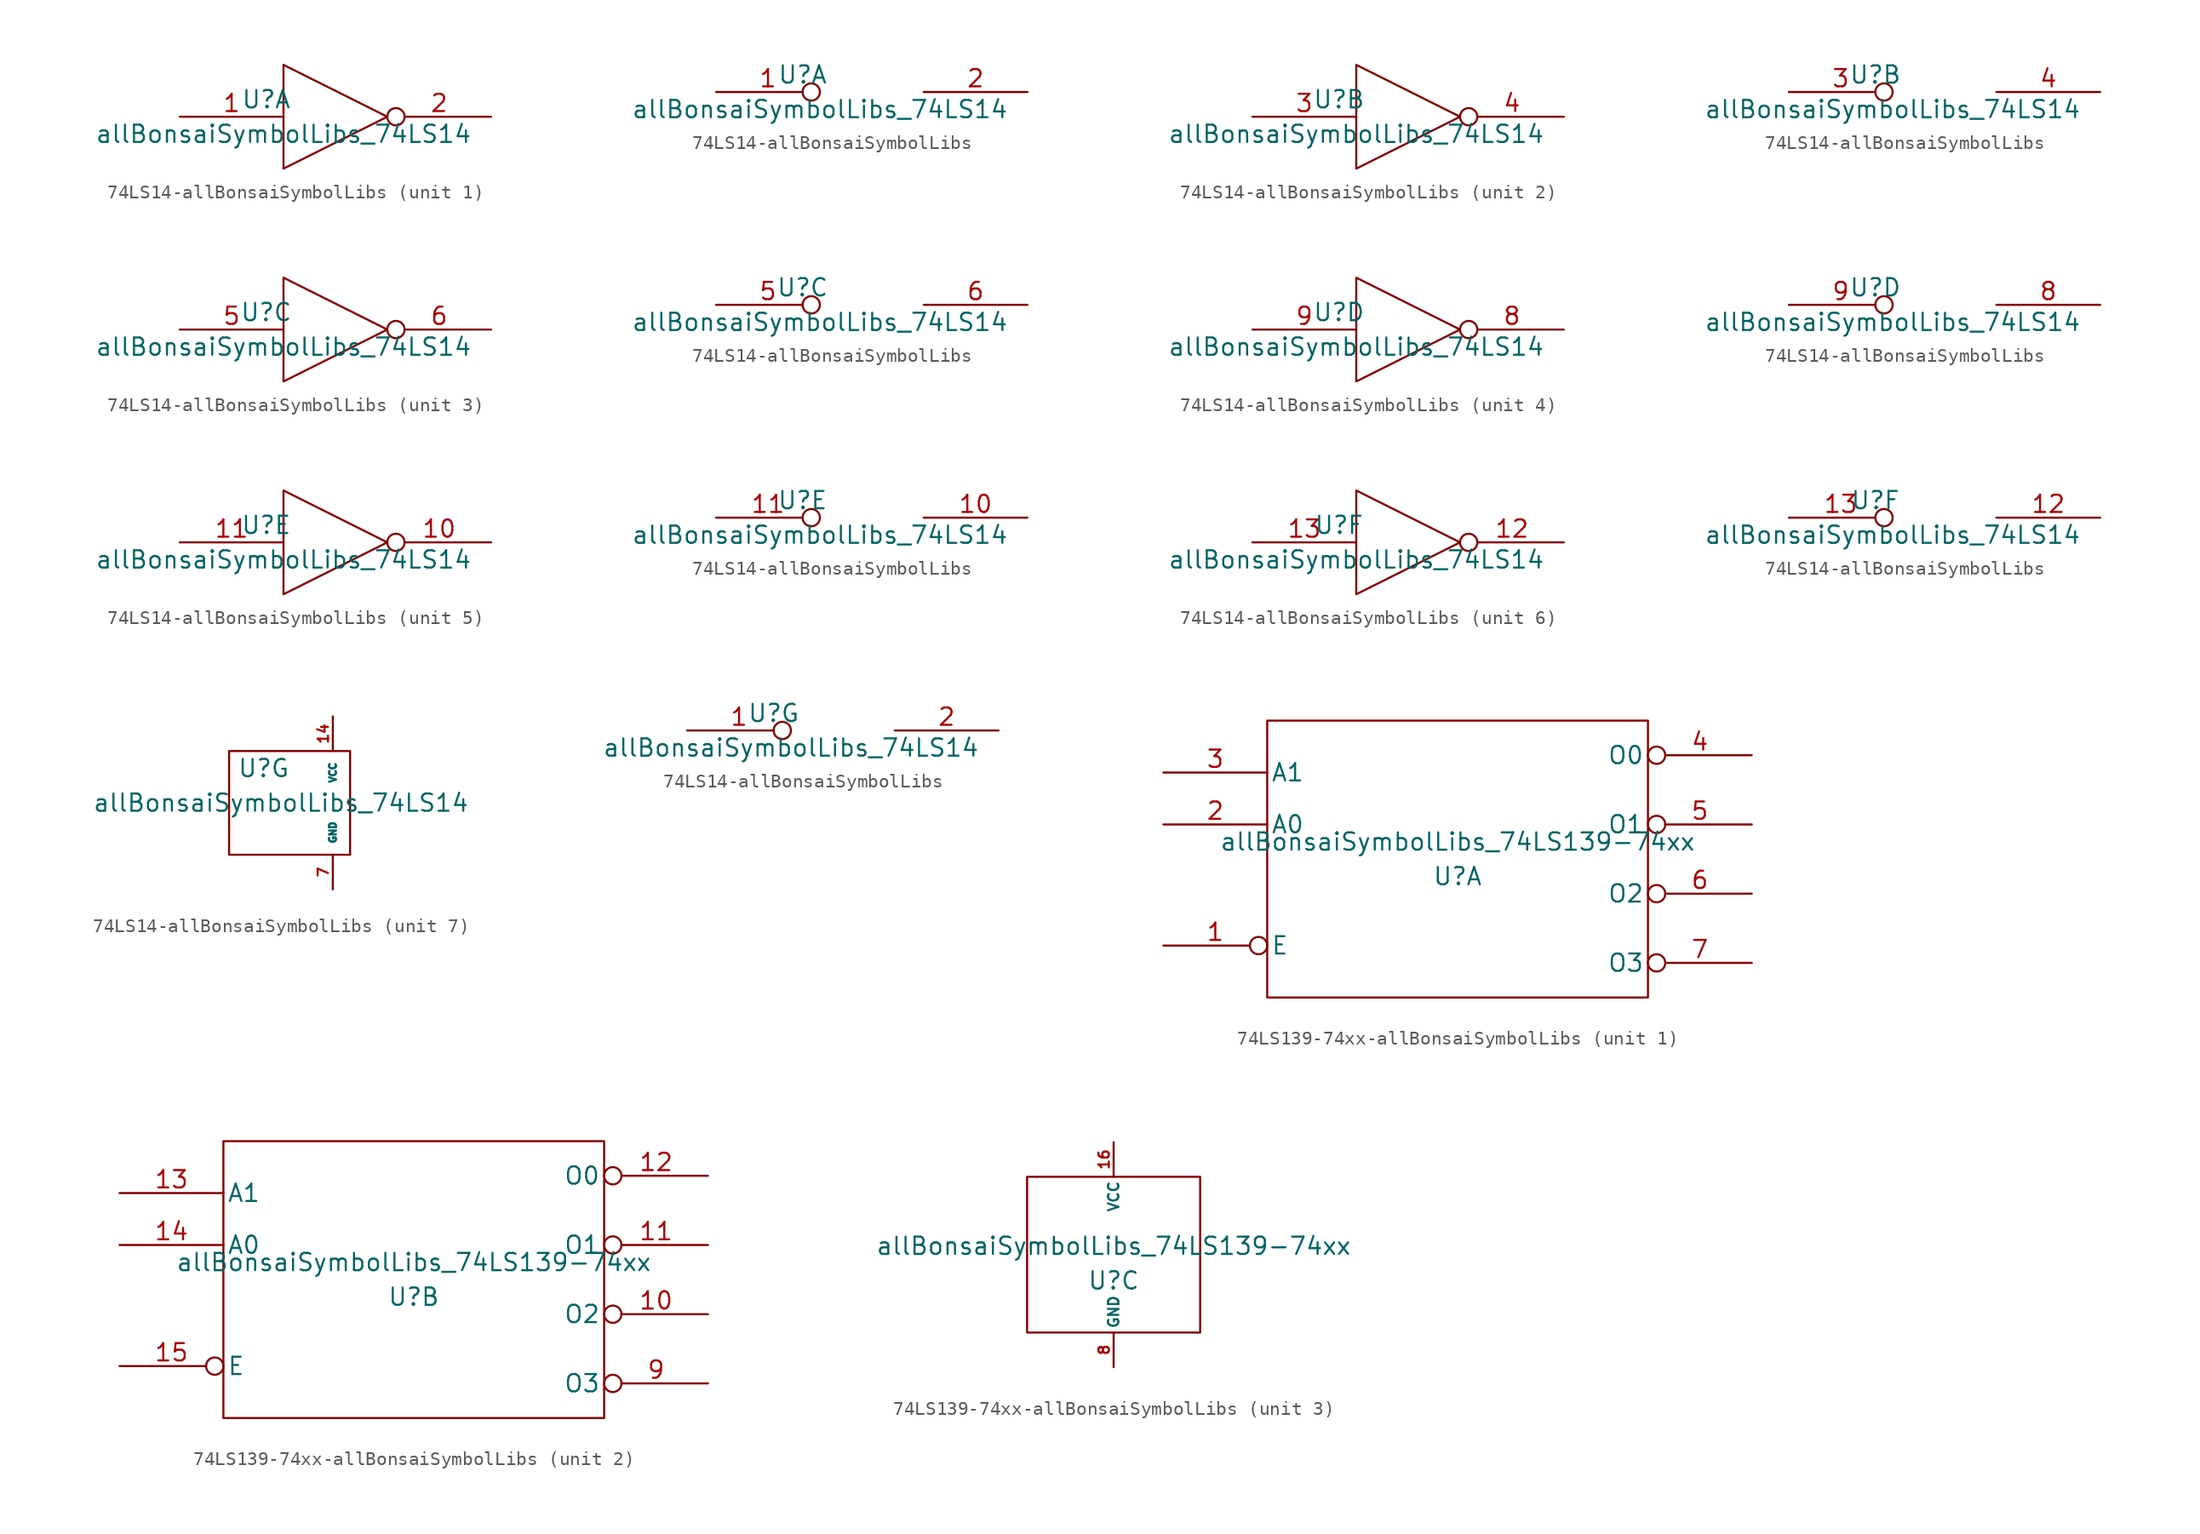
<source format=kicad_sym>
(kicad_symbol_lib
  (version 20220914)
  (generator kicad_symbol_editor)
  (symbol "74LS14-allBonsaiSymbolLibs"
    (pin_names
      (offset 0.762))
    (property "Reference" "U"
      (at -5.08 1.27 0)
      (effects (font (size 1.27 1.27))))
    (property "Value" "allBonsaiSymbolLibs_74LS14"
      (at -3.81 -1.27 0)
      (effects (font (size 1.27 1.27))))
    (property "Footprint" ""
      (at 0 0 0)
      (effects (font (size 1.27 1.27))))
    (property "Datasheet" ""
      (at 0 0 0)
      (effects (font (size 1.27 1.27))))
    (property "ki_locked" ""
      (at 0 0 0)
      (effects (font (size 1.27 1.27))))
    (symbol "74LS14-allBonsaiSymbolLibs_1_1"
      (polyline (pts (xy -3.81 3.81) (xy -3.81 -3.81) (xy 3.81 0) (xy -3.81 3.81)) (stroke (width 0) (type solid)) (fill (type none)))
      (pin input line (at -11.43 0 0) (length 7.62) (name "~" (effects (font (size 1.27 1.27)))) (number "1" (effects (font (size 1.27 1.27)))))
      (pin output inverted (at 11.43 0 180) (length 7.62) (name "~" (effects (font (size 1.27 1.27)))) (number "2" (effects (font (size 1.27 1.27))))))
    (symbol "74LS14-allBonsaiSymbolLibs_1_2"
      (pin input inverted (at -11.43 0 0) (length 7.62) (name "~" (effects (font (size 1.27 1.27)))) (number "1" (effects (font (size 1.27 1.27)))))
      (pin output line (at 11.43 0 180) (length 7.62) (name "~" (effects (font (size 1.27 1.27)))) (number "2" (effects (font (size 1.27 1.27))))))
    (symbol "74LS14-allBonsaiSymbolLibs_2_1"
      (polyline (pts (xy -3.81 3.81) (xy -3.81 -3.81) (xy 3.81 0) (xy -3.81 3.81)) (stroke (width 0) (type solid)) (fill (type none)))
      (pin input line (at -11.43 0 0) (length 7.62) (name "~" (effects (font (size 1.27 1.27)))) (number "3" (effects (font (size 1.27 1.27)))))
      (pin output inverted (at 11.43 0 180) (length 7.62) (name "~" (effects (font (size 1.27 1.27)))) (number "4" (effects (font (size 1.27 1.27))))))
    (symbol "74LS14-allBonsaiSymbolLibs_2_2"
      (pin input inverted (at -11.43 0 0) (length 7.62) (name "~" (effects (font (size 1.27 1.27)))) (number "3" (effects (font (size 1.27 1.27)))))
      (pin output line (at 11.43 0 180) (length 7.62) (name "~" (effects (font (size 1.27 1.27)))) (number "4" (effects (font (size 1.27 1.27))))))
    (symbol "74LS14-allBonsaiSymbolLibs_3_1"
      (polyline (pts (xy -3.81 3.81) (xy -3.81 -3.81) (xy 3.81 0) (xy -3.81 3.81)) (stroke (width 0) (type solid)) (fill (type none)))
      (pin input line (at -11.43 0 0) (length 7.62) (name "~" (effects (font (size 1.27 1.27)))) (number "5" (effects (font (size 1.27 1.27)))))
      (pin output inverted (at 11.43 0 180) (length 7.62) (name "~" (effects (font (size 1.27 1.27)))) (number "6" (effects (font (size 1.27 1.27))))))
    (symbol "74LS14-allBonsaiSymbolLibs_3_2"
      (pin input inverted (at -11.43 0 0) (length 7.62) (name "~" (effects (font (size 1.27 1.27)))) (number "5" (effects (font (size 1.27 1.27)))))
      (pin output line (at 11.43 0 180) (length 7.62) (name "~" (effects (font (size 1.27 1.27)))) (number "6" (effects (font (size 1.27 1.27))))))
    (symbol "74LS14-allBonsaiSymbolLibs_4_1"
      (polyline (pts (xy -3.81 3.81) (xy -3.81 -3.81) (xy 3.81 0) (xy -3.81 3.81)) (stroke (width 0) (type solid)) (fill (type none)))
      (pin output inverted (at 11.43 0 180) (length 7.62) (name "~" (effects (font (size 1.27 1.27)))) (number "8" (effects (font (size 1.27 1.27)))))
      (pin input line (at -11.43 0 0) (length 7.62) (name "~" (effects (font (size 1.27 1.27)))) (number "9" (effects (font (size 1.27 1.27))))))
    (symbol "74LS14-allBonsaiSymbolLibs_4_2"
      (pin output line (at 11.43 0 180) (length 7.62) (name "~" (effects (font (size 1.27 1.27)))) (number "8" (effects (font (size 1.27 1.27)))))
      (pin input inverted (at -11.43 0 0) (length 7.62) (name "~" (effects (font (size 1.27 1.27)))) (number "9" (effects (font (size 1.27 1.27))))))
    (symbol "74LS14-allBonsaiSymbolLibs_5_1"
      (polyline (pts (xy -3.81 3.81) (xy -3.81 -3.81) (xy 3.81 0) (xy -3.81 3.81)) (stroke (width 0) (type solid)) (fill (type none)))
      (pin output inverted (at 11.43 0 180) (length 7.62) (name "~" (effects (font (size 1.27 1.27)))) (number "10" (effects (font (size 1.27 1.27)))))
      (pin input line (at -11.43 0 0) (length 7.62) (name "~" (effects (font (size 1.27 1.27)))) (number "11" (effects (font (size 1.27 1.27))))))
    (symbol "74LS14-allBonsaiSymbolLibs_5_2"
      (pin output line (at 11.43 0 180) (length 7.62) (name "~" (effects (font (size 1.27 1.27)))) (number "10" (effects (font (size 1.27 1.27)))))
      (pin input inverted (at -11.43 0 0) (length 7.62) (name "~" (effects (font (size 1.27 1.27)))) (number "11" (effects (font (size 1.27 1.27))))))
    (symbol "74LS14-allBonsaiSymbolLibs_6_1"
      (polyline (pts (xy -3.81 3.81) (xy -3.81 -3.81) (xy 3.81 0) (xy -3.81 3.81)) (stroke (width 0) (type solid)) (fill (type none)))
      (pin output inverted (at 11.43 0 180) (length 7.62) (name "~" (effects (font (size 1.27 1.27)))) (number "12" (effects (font (size 1.27 1.27)))))
      (pin input line (at -11.43 0 0) (length 7.62) (name "~" (effects (font (size 1.27 1.27)))) (number "13" (effects (font (size 1.27 1.27))))))
    (symbol "74LS14-allBonsaiSymbolLibs_6_2"
      (pin output line (at 11.43 0 180) (length 7.62) (name "~" (effects (font (size 1.27 1.27)))) (number "12" (effects (font (size 1.27 1.27)))))
      (pin input inverted (at -11.43 0 0) (length 7.62) (name "~" (effects (font (size 1.27 1.27)))) (number "13" (effects (font (size 1.27 1.27))))))
    (symbol "74LS14-allBonsaiSymbolLibs_7_1"
      (rectangle (start -7.62 2.54) (end 1.27 -5.08) (stroke (width 0) (type solid)) (fill (type none)))
      (pin power_in line (at 0 5.08 270) (length 2.54) (name "VCC" (effects (font (size 0.508 0.508)))) (number "14" (effects (font (size 0.762 0.762)))))
      (pin power_in line (at 0 -7.62 90) (length 2.54) (name "GND" (effects (font (size 0.508 0.508)))) (number "7" (effects (font (size 0.762 0.762))))))
    (symbol "74LS14-allBonsaiSymbolLibs_7_2"
      (pin input inverted (at -11.43 0 0) (length 7.62) (name "~" (effects (font (size 1.27 1.27)))) (number "1" (effects (font (size 1.27 1.27)))))
      (pin output line (at 11.43 0 180) (length 7.62) (name "~" (effects (font (size 1.27 1.27)))) (number "2" (effects (font (size 1.27 1.27)))))))
  (symbol "74LS139-74xx-allBonsaiSymbolLibs"
    (pin_names
      (offset 0.254))
    (property "Reference" "U"
      (at 0 -1.27 0)
      (effects (font (size 1.27 1.27))))
    (property "Value" "allBonsaiSymbolLibs_74LS139-74xx"
      (at 0 1.27 0)
      (effects (font (size 1.27 1.27))))
    (property "Footprint" ""
      (at 0 -3.81 0)
      (effects (font (size 1.27 1.27))))
    (property "Datasheet" ""
      (at 0 -3.81 0)
      (effects (font (size 1.27 1.27))))
    (property "ki_locked" ""
      (at 0 0 0)
      (effects (font (size 1.27 1.27))))
    (symbol "74LS139-74xx-allBonsaiSymbolLibs_1_0"
      (rectangle (start -13.97 10.16) (end 13.97 -10.16) (stroke (width 0) (type solid)) (fill (type none))))
    (symbol "74LS139-74xx-allBonsaiSymbolLibs_1_1"
      (pin input inverted (at -21.59 -6.35 0) (length 7.62) (name "E" (effects (font (size 1.27 1.27)))) (number "1" (effects (font (size 1.27 1.27)))))
      (pin input line (at -21.59 2.54 0) (length 7.62) (name "A0" (effects (font (size 1.27 1.27)))) (number "2" (effects (font (size 1.27 1.27)))))
      (pin input line (at -21.59 6.35 0) (length 7.62) (name "A1" (effects (font (size 1.27 1.27)))) (number "3" (effects (font (size 1.27 1.27)))))
      (pin output inverted (at 21.59 7.62 180) (length 7.62) (name "O0" (effects (font (size 1.27 1.27)))) (number "4" (effects (font (size 1.27 1.27)))))
      (pin output inverted (at 21.59 2.54 180) (length 7.62) (name "O1" (effects (font (size 1.27 1.27)))) (number "5" (effects (font (size 1.27 1.27)))))
      (pin output inverted (at 21.59 -2.54 180) (length 7.62) (name "O2" (effects (font (size 1.27 1.27)))) (number "6" (effects (font (size 1.27 1.27)))))
      (pin output inverted (at 21.59 -7.62 180) (length 7.62) (name "O3" (effects (font (size 1.27 1.27)))) (number "7" (effects (font (size 1.27 1.27))))))
    (symbol "74LS139-74xx-allBonsaiSymbolLibs_2_0"
      (rectangle (start -13.97 10.16) (end 13.97 -10.16) (stroke (width 0) (type solid)) (fill (type none))))
    (symbol "74LS139-74xx-allBonsaiSymbolLibs_2_1"
      (pin output inverted (at 21.59 -2.54 180) (length 7.62) (name "O2" (effects (font (size 1.27 1.27)))) (number "10" (effects (font (size 1.27 1.27)))))
      (pin output inverted (at 21.59 2.54 180) (length 7.62) (name "O1" (effects (font (size 1.27 1.27)))) (number "11" (effects (font (size 1.27 1.27)))))
      (pin output inverted (at 21.59 7.62 180) (length 7.62) (name "O0" (effects (font (size 1.27 1.27)))) (number "12" (effects (font (size 1.27 1.27)))))
      (pin input line (at -21.59 6.35 0) (length 7.62) (name "A1" (effects (font (size 1.27 1.27)))) (number "13" (effects (font (size 1.27 1.27)))))
      (pin input line (at -21.59 2.54 0) (length 7.62) (name "A0" (effects (font (size 1.27 1.27)))) (number "14" (effects (font (size 1.27 1.27)))))
      (pin input inverted (at -21.59 -6.35 0) (length 7.62) (name "E" (effects (font (size 1.27 1.27)))) (number "15" (effects (font (size 1.27 1.27)))))
      (pin output inverted (at 21.59 -7.62 180) (length 7.62) (name "O3" (effects (font (size 1.27 1.27)))) (number "9" (effects (font (size 1.27 1.27))))))
    (symbol "74LS139-74xx-allBonsaiSymbolLibs_3_0"
      (rectangle (start -6.35 6.35) (end 6.35 -5.08) (stroke (width 0) (type solid)) (fill (type none))))
    (symbol "74LS139-74xx-allBonsaiSymbolLibs_3_1"
      (pin power_in line (at 0 8.89 270) (length 2.54) (name "VCC" (effects (font (size 0.762 0.762)))) (number "16" (effects (font (size 0.762 0.762)))))
      (pin power_in line (at 0 -7.62 90) (length 2.54) (name "GND" (effects (font (size 0.762 0.762)))) (number "8" (effects (font (size 0.762 0.762))))))))
</source>
